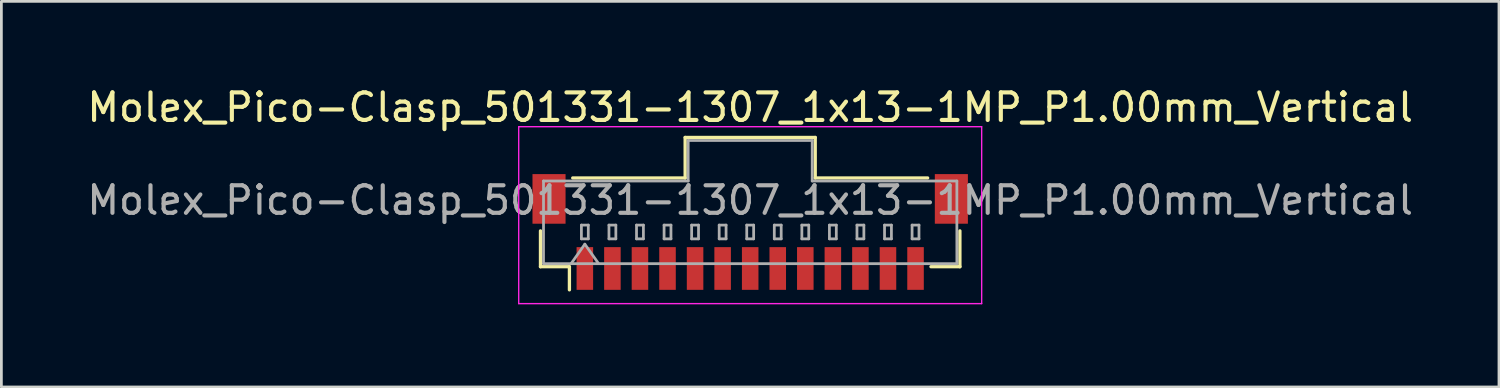
<source format=kicad_pcb>
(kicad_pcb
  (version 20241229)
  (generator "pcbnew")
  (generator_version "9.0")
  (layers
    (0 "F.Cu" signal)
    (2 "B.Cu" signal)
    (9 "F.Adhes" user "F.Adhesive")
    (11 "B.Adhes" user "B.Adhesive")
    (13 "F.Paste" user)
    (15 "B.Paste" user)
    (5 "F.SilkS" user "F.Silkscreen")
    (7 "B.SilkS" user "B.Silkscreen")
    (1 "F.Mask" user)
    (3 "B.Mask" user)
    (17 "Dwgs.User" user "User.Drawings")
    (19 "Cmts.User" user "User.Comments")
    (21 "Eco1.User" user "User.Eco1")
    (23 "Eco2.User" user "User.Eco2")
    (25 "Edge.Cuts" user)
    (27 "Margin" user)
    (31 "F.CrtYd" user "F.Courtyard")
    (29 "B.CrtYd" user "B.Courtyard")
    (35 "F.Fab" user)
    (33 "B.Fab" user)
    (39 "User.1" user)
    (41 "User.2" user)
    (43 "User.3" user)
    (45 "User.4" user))
  (footprint "Molex_Pico-Clasp_501331-1307_1x13-1MP_P1.00mm_Vertical"
    (layer "F.Cu")
    (at 24.173 5.368)
    (property "Reference" "Molex_Pico-Clasp_501331-1307_1x13-1MP_P1.00mm_Vertical" (at 0 -4.52 0) (layer "F.SilkS") (effects (font (size 1 1) (thickness 0.15))))
    (attr smd)
    (fp_line (start -7.61 -0.04) (end -7.61 1.26) (stroke (width 0.12) (type solid)) (layer "F.SilkS"))
    (fp_line (start -7.61 1.26) (end -6.56 1.26) (stroke (width 0.12) (type solid)) (layer "F.SilkS"))
    (fp_line (start -6.56 1.26) (end -6.56 2.1) (stroke (width 0.12) (type solid)) (layer "F.SilkS"))
    (fp_line (start -6.44 -1.96) (end -2.36 -1.96) (stroke (width 0.12) (type solid)) (layer "F.SilkS"))
    (fp_line (start -2.36 -3.43) (end 2.36 -3.43) (stroke (width 0.12) (type solid)) (layer "F.SilkS"))
    (fp_line (start -2.36 -1.96) (end -2.36 -3.43) (stroke (width 0.12) (type solid)) (layer "F.SilkS"))
    (fp_line (start 2.36 -3.43) (end 2.36 -1.96) (stroke (width 0.12) (type solid)) (layer "F.SilkS"))
    (fp_line (start 2.36 -1.96) (end 6.44 -1.96) (stroke (width 0.12) (type solid)) (layer "F.SilkS"))
    (fp_line (start 7.61 -0.04) (end 7.61 1.26) (stroke (width 0.12) (type solid)) (layer "F.SilkS"))
    (fp_line (start 7.61 1.26) (end 6.56 1.26) (stroke (width 0.12) (type solid)) (layer "F.SilkS"))
    (fp_line (start -8.4 -3.82) (end -8.4 2.6) (stroke (width 0.05) (type solid)) (layer "F.CrtYd"))
    (fp_line (start -8.4 2.6) (end 8.4 2.6) (stroke (width 0.05) (type solid)) (layer "F.CrtYd"))
    (fp_line (start 8.4 -3.82) (end -8.4 -3.82) (stroke (width 0.05) (type solid)) (layer "F.CrtYd"))
    (fp_line (start 8.4 2.6) (end 8.4 -3.82) (stroke (width 0.05) (type solid)) (layer "F.CrtYd"))
    (fp_line (start -7.5 -1.85) (end -2.25 -1.85) (stroke (width 0.1) (type solid)) (layer "F.Fab"))
    (fp_line (start -7.5 1.15) (end -7.5 -1.85) (stroke (width 0.1) (type solid)) (layer "F.Fab"))
    (fp_line (start -7.5 1.15) (end 7.5 1.15) (stroke (width 0.1) (type solid)) (layer "F.Fab"))
    (fp_line (start -6.5 1.15) (end -6 0.443) (stroke (width 0.1) (type solid)) (layer "F.Fab"))
    (fp_line (start -6.125 -0.25) (end -6.125 0.25) (stroke (width 0.1) (type solid)) (layer "F.Fab"))
    (fp_line (start -6.125 0.25) (end -5.875 0.25) (stroke (width 0.1) (type solid)) (layer "F.Fab"))
    (fp_line (start -6 0.443) (end -5.5 1.15) (stroke (width 0.1) (type solid)) (layer "F.Fab"))
    (fp_line (start -5.875 -0.25) (end -6.125 -0.25) (stroke (width 0.1) (type solid)) (layer "F.Fab"))
    (fp_line (start -5.875 0.25) (end -5.875 -0.25) (stroke (width 0.1) (type solid)) (layer "F.Fab"))
    (fp_line (start -5.125 -0.25) (end -5.125 0.25) (stroke (width 0.1) (type solid)) (layer "F.Fab"))
    (fp_line (start -5.125 0.25) (end -4.875 0.25) (stroke (width 0.1) (type solid)) (layer "F.Fab"))
    (fp_line (start -4.875 -0.25) (end -5.125 -0.25) (stroke (width 0.1) (type solid)) (layer "F.Fab"))
    (fp_line (start -4.875 0.25) (end -4.875 -0.25) (stroke (width 0.1) (type solid)) (layer "F.Fab"))
    (fp_line (start -4.125 -0.25) (end -4.125 0.25) (stroke (width 0.1) (type solid)) (layer "F.Fab"))
    (fp_line (start -4.125 0.25) (end -3.875 0.25) (stroke (width 0.1) (type solid)) (layer "F.Fab"))
    (fp_line (start -3.875 -0.25) (end -4.125 -0.25) (stroke (width 0.1) (type solid)) (layer "F.Fab"))
    (fp_line (start -3.875 0.25) (end -3.875 -0.25) (stroke (width 0.1) (type solid)) (layer "F.Fab"))
    (fp_line (start -3.125 -0.25) (end -3.125 0.25) (stroke (width 0.1) (type solid)) (layer "F.Fab"))
    (fp_line (start -3.125 0.25) (end -2.875 0.25) (stroke (width 0.1) (type solid)) (layer "F.Fab"))
    (fp_line (start -2.875 -0.25) (end -3.125 -0.25) (stroke (width 0.1) (type solid)) (layer "F.Fab"))
    (fp_line (start -2.875 0.25) (end -2.875 -0.25) (stroke (width 0.1) (type solid)) (layer "F.Fab"))
    (fp_line (start -2.25 -3.32) (end 2.25 -3.32) (stroke (width 0.1) (type solid)) (layer "F.Fab"))
    (fp_line (start -2.25 -1.85) (end -2.25 -3.32) (stroke (width 0.1) (type solid)) (layer "F.Fab"))
    (fp_line (start -2.125 -0.25) (end -2.125 0.25) (stroke (width 0.1) (type solid)) (layer "F.Fab"))
    (fp_line (start -2.125 0.25) (end -1.875 0.25) (stroke (width 0.1) (type solid)) (layer "F.Fab"))
    (fp_line (start -1.875 -0.25) (end -2.125 -0.25) (stroke (width 0.1) (type solid)) (layer "F.Fab"))
    (fp_line (start -1.875 0.25) (end -1.875 -0.25) (stroke (width 0.1) (type solid)) (layer "F.Fab"))
    (fp_line (start -1.125 -0.25) (end -1.125 0.25) (stroke (width 0.1) (type solid)) (layer "F.Fab"))
    (fp_line (start -1.125 0.25) (end -0.875 0.25) (stroke (width 0.1) (type solid)) (layer "F.Fab"))
    (fp_line (start -0.875 -0.25) (end -1.125 -0.25) (stroke (width 0.1) (type solid)) (layer "F.Fab"))
    (fp_line (start -0.875 0.25) (end -0.875 -0.25) (stroke (width 0.1) (type solid)) (layer "F.Fab"))
    (fp_line (start -0.125 -0.25) (end -0.125 0.25) (stroke (width 0.1) (type solid)) (layer "F.Fab"))
    (fp_line (start -0.125 0.25) (end 0.125 0.25) (stroke (width 0.1) (type solid)) (layer "F.Fab"))
    (fp_line (start 0.125 -0.25) (end -0.125 -0.25) (stroke (width 0.1) (type solid)) (layer "F.Fab"))
    (fp_line (start 0.125 0.25) (end 0.125 -0.25) (stroke (width 0.1) (type solid)) (layer "F.Fab"))
    (fp_line (start 0.875 -0.25) (end 0.875 0.25) (stroke (width 0.1) (type solid)) (layer "F.Fab"))
    (fp_line (start 0.875 0.25) (end 1.125 0.25) (stroke (width 0.1) (type solid)) (layer "F.Fab"))
    (fp_line (start 1.125 -0.25) (end 0.875 -0.25) (stroke (width 0.1) (type solid)) (layer "F.Fab"))
    (fp_line (start 1.125 0.25) (end 1.125 -0.25) (stroke (width 0.1) (type solid)) (layer "F.Fab"))
    (fp_line (start 1.875 -0.25) (end 1.875 0.25) (stroke (width 0.1) (type solid)) (layer "F.Fab"))
    (fp_line (start 1.875 0.25) (end 2.125 0.25) (stroke (width 0.1) (type solid)) (layer "F.Fab"))
    (fp_line (start 2.125 -0.25) (end 1.875 -0.25) (stroke (width 0.1) (type solid)) (layer "F.Fab"))
    (fp_line (start 2.125 0.25) (end 2.125 -0.25) (stroke (width 0.1) (type solid)) (layer "F.Fab"))
    (fp_line (start 2.25 -3.32) (end 2.25 -1.85) (stroke (width 0.1) (type solid)) (layer "F.Fab"))
    (fp_line (start 2.25 -1.85) (end 7.5 -1.85) (stroke (width 0.1) (type solid)) (layer "F.Fab"))
    (fp_line (start 2.875 -0.25) (end 2.875 0.25) (stroke (width 0.1) (type solid)) (layer "F.Fab"))
    (fp_line (start 2.875 0.25) (end 3.125 0.25) (stroke (width 0.1) (type solid)) (layer "F.Fab"))
    (fp_line (start 3.125 -0.25) (end 2.875 -0.25) (stroke (width 0.1) (type solid)) (layer "F.Fab"))
    (fp_line (start 3.125 0.25) (end 3.125 -0.25) (stroke (width 0.1) (type solid)) (layer "F.Fab"))
    (fp_line (start 3.875 -0.25) (end 3.875 0.25) (stroke (width 0.1) (type solid)) (layer "F.Fab"))
    (fp_line (start 3.875 0.25) (end 4.125 0.25) (stroke (width 0.1) (type solid)) (layer "F.Fab"))
    (fp_line (start 4.125 -0.25) (end 3.875 -0.25) (stroke (width 0.1) (type solid)) (layer "F.Fab"))
    (fp_line (start 4.125 0.25) (end 4.125 -0.25) (stroke (width 0.1) (type solid)) (layer "F.Fab"))
    (fp_line (start 4.875 -0.25) (end 4.875 0.25) (stroke (width 0.1) (type solid)) (layer "F.Fab"))
    (fp_line (start 4.875 0.25) (end 5.125 0.25) (stroke (width 0.1) (type solid)) (layer "F.Fab"))
    (fp_line (start 5.125 -0.25) (end 4.875 -0.25) (stroke (width 0.1) (type solid)) (layer "F.Fab"))
    (fp_line (start 5.125 0.25) (end 5.125 -0.25) (stroke (width 0.1) (type solid)) (layer "F.Fab"))
    (fp_line (start 5.875 -0.25) (end 5.875 0.25) (stroke (width 0.1) (type solid)) (layer "F.Fab"))
    (fp_line (start 5.875 0.25) (end 6.125 0.25) (stroke (width 0.1) (type solid)) (layer "F.Fab"))
    (fp_line (start 6.125 -0.25) (end 5.875 -0.25) (stroke (width 0.1) (type solid)) (layer "F.Fab"))
    (fp_line (start 6.125 0.25) (end 6.125 -0.25) (stroke (width 0.1) (type solid)) (layer "F.Fab"))
    (fp_line (start 7.5 1.15) (end 7.5 -1.85) (stroke (width 0.1) (type solid)) (layer "F.Fab"))
    (fp_text user "${REFERENCE}" (at 0 -1.15 0) (layer "F.Fab") (effects (font (size 1 1) (thickness 0.15))))
    (pad "1" smd rect (at -6 1.325) (size 0.6 1.55) (layers "F.Cu" "F.Mask" "F.Paste"))
    (pad "2" smd rect (at -5 1.325) (size 0.6 1.55) (layers "F.Cu" "F.Mask" "F.Paste"))
    (pad "3" smd rect (at -4 1.325) (size 0.6 1.55) (layers "F.Cu" "F.Mask" "F.Paste"))
    (pad "4" smd rect (at -3 1.325) (size 0.6 1.55) (layers "F.Cu" "F.Mask" "F.Paste"))
    (pad "5" smd rect (at -2 1.325) (size 0.6 1.55) (layers "F.Cu" "F.Mask" "F.Paste"))
    (pad "6" smd rect (at -1 1.325) (size 0.6 1.55) (layers "F.Cu" "F.Mask" "F.Paste"))
    (pad "7" smd rect (at 0 1.325) (size 0.6 1.55) (layers "F.Cu" "F.Mask" "F.Paste"))
    (pad "8" smd rect (at 1 1.325) (size 0.6 1.55) (layers "F.Cu" "F.Mask" "F.Paste"))
    (pad "9" smd rect (at 2 1.325) (size 0.6 1.55) (layers "F.Cu" "F.Mask" "F.Paste"))
    (pad "10" smd rect (at 3 1.325) (size 0.6 1.55) (layers "F.Cu" "F.Mask" "F.Paste"))
    (pad "11" smd rect (at 4 1.325) (size 0.6 1.55) (layers "F.Cu" "F.Mask" "F.Paste"))
    (pad "12" smd rect (at 5 1.325) (size 0.6 1.55) (layers "F.Cu" "F.Mask" "F.Paste"))
    (pad "13" smd rect (at 6 1.325) (size 0.6 1.55) (layers "F.Cu" "F.Mask" "F.Paste"))
    (pad "MP" smd rect (at -7.3 -1.2) (size 1.2 1.8) (layers "F.Cu" "F.Mask" "F.Paste"))
    (pad "MP" smd rect (at 7.3 -1.2) (size 1.2 1.8) (layers "F.Cu" "F.Mask" "F.Paste")))
  (gr_rect
    (start -3 -3)
    (end 51.345 10.993)
    (stroke (width 0.1) (type default))
    (fill no)
    (layer "Edge.Cuts")))
</source>
